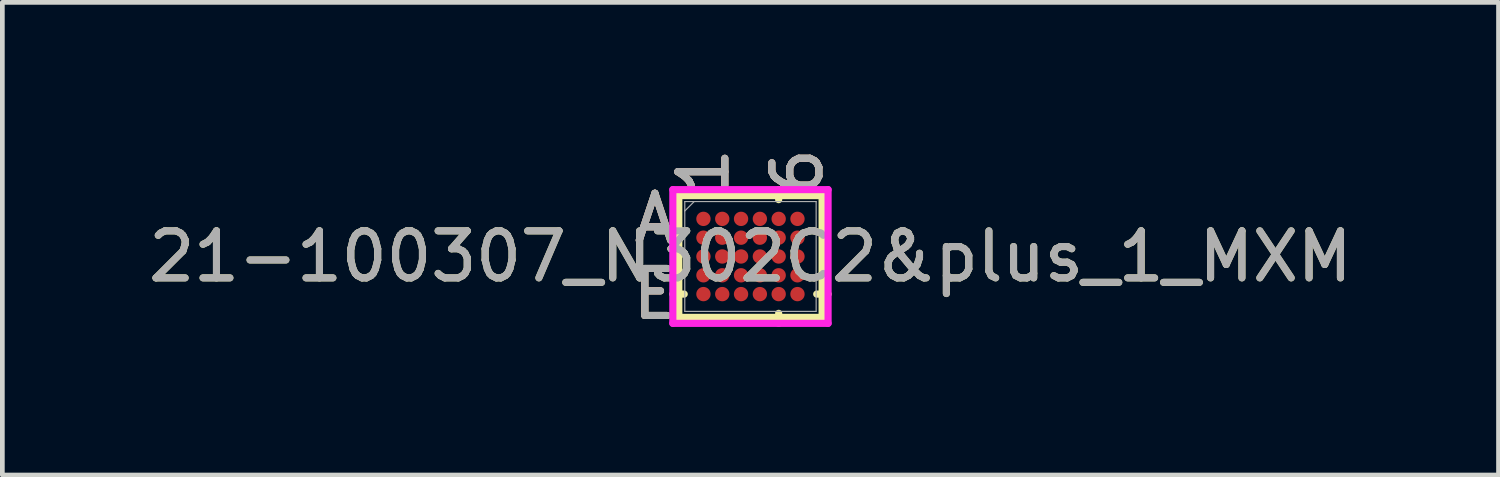
<source format=kicad_pcb>
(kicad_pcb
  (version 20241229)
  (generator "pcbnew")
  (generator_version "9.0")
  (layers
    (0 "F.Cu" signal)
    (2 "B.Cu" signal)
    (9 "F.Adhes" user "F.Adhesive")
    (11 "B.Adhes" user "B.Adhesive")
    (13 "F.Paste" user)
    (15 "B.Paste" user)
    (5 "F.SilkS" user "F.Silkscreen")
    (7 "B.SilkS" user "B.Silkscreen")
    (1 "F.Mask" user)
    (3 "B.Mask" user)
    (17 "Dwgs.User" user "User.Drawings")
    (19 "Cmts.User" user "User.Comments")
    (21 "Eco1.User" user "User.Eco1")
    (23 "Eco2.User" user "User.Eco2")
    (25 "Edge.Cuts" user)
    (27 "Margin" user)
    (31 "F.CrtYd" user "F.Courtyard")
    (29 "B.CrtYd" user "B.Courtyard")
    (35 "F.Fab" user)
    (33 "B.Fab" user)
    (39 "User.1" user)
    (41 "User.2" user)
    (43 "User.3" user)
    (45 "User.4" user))
  (footprint "21-100307_N302C2&plus_1_MXM"
    (layer "F.Cu")
    (at 12.911 2.405)
    (property "Reference" "21-100307_N302C2&plus_1_MXM" (at 0 0 0) (unlocked yes) (layer "F.SilkS") (effects (font (size 1 1) (thickness 0.15))))
    (attr smd)
    (fp_line (start -1.524 -1.295) (end -1.524 1.295) (stroke (width 0.152) (type solid)) (layer "F.SilkS"))
    (fp_line (start -1.524 1.295) (end 1.524 1.295) (stroke (width 0.152) (type solid)) (layer "F.SilkS"))
    (fp_line (start -1.409 0.8) (end -1.651 0.8) (stroke (width 0.152) (type solid)) (layer "F.SilkS"))
    (fp_line (start 0.6 -1.209) (end 0.6 -1.422) (stroke (width 0.152) (type solid)) (layer "F.SilkS"))
    (fp_line (start 0.6 1.209) (end 0.6 1.422) (stroke (width 0.152) (type solid)) (layer "F.SilkS"))
    (fp_line (start 1.409 0.8) (end 1.651 0.8) (stroke (width 0.152) (type solid)) (layer "F.SilkS"))
    (fp_line (start 1.524 -1.295) (end -1.524 -1.295) (stroke (width 0.152) (type solid)) (layer "F.SilkS"))
    (fp_line (start 1.524 1.295) (end 1.524 -1.295) (stroke (width 0.152) (type solid)) (layer "F.SilkS"))
    (fp_poly (pts (xy -1.645 -1.445) (xy 1.645 -1.445) (xy 1.645 1.445) (xy -1.645 1.445)) (stroke (width 0.1) (type solid)) (fill no) (layer "Eco2.User"))
    (fp_line (start -1.651 -1.422) (end 1.651 -1.422) (stroke (width 0.152) (type solid)) (layer "F.CrtYd"))
    (fp_line (start -1.651 1.422) (end -1.651 -1.422) (stroke (width 0.152) (type solid)) (layer "F.CrtYd"))
    (fp_line (start 1.651 -1.422) (end 1.651 1.422) (stroke (width 0.152) (type solid)) (layer "F.CrtYd"))
    (fp_line (start 1.651 1.422) (end -1.651 1.422) (stroke (width 0.152) (type solid)) (layer "F.CrtYd"))
    (fp_line (start -1.397 -1.168) (end -1.397 1.168) (stroke (width 0.025) (type solid)) (layer "F.Fab"))
    (fp_line (start -1.397 1.168) (end 1.397 1.168) (stroke (width 0.025) (type solid)) (layer "F.Fab"))
    (fp_line (start -1.197 -1.168) (end -1.397 -0.968) (stroke (width 0.025) (type solid)) (layer "F.Fab"))
    (fp_line (start 1.397 -1.168) (end -1.397 -1.168) (stroke (width 0.025) (type solid)) (layer "F.Fab"))
    (fp_line (start 1.397 1.168) (end 1.397 -1.168) (stroke (width 0.025) (type solid)) (layer "F.Fab"))
    (fp_text user "6" (at 1 -1.803 90) (unlocked yes) (layer "F.SilkS") (effects (font (size 1 1) (thickness 0.15))))
    (fp_text user "1" (at -1 -1.803 90) (unlocked yes) (layer "F.SilkS") (effects (font (size 1 1) (thickness 0.15))))
    (fp_text user "A" (at -2.032 -0.8 0) (unlocked yes) (layer "F.SilkS") (effects (font (size 1 1) (thickness 0.15))))
    (fp_text user "E" (at -2.032 0.8 0) (unlocked yes) (layer "F.SilkS") (effects (font (size 1 1) (thickness 0.15))))
    (fp_text user "1" (at -1 -1.803 90) (unlocked yes) (layer "B.SilkS") (effects (font (size 1 1) (thickness 0.15))))
    (fp_text user "A" (at -2.032 -0.8 0) (unlocked yes) (layer "B.SilkS") (effects (font (size 1 1) (thickness 0.15))))
    (fp_text user "6" (at 1 -1.803 90) (unlocked yes) (layer "B.SilkS") (effects (font (size 1 1) (thickness 0.15))))
    (fp_text user "E" (at -2.032 0.8 0) (unlocked yes) (layer "B.SilkS") (effects (font (size 1 1) (thickness 0.15))))
    (fp_text user "6" (at 1 -1.803 90) (unlocked yes) (layer "F.Fab") (effects (font (size 1 1) (thickness 0.15))))
    (fp_text user "1" (at -1 -1.803 90) (unlocked yes) (layer "F.Fab") (effects (font (size 1 1) (thickness 0.15))))
    (fp_text user "${REFERENCE}" (at 0 0 0) (unlocked yes) (layer "F.Fab") (effects (font (size 1 1) (thickness 0.15))))
    (fp_text user "A" (at -2.032 -0.8 0) (unlocked yes) (layer "F.Fab") (effects (font (size 1 1) (thickness 0.15))))
    (fp_text user "E" (at -2.032 0.8 0) (unlocked yes) (layer "F.Fab") (effects (font (size 1 1) (thickness 0.15))))
    (pad "A1" smd circle (at -1 -0.8) (size 0.305 0.305) (layers "F.Cu" "F.Mask" "F.Paste"))
    (pad "A2" smd circle (at -0.6 -0.8) (size 0.305 0.305) (layers "F.Cu" "F.Mask" "F.Paste"))
    (pad "A3" smd circle (at -0.2 -0.8) (size 0.305 0.305) (layers "F.Cu" "F.Mask" "F.Paste"))
    (pad "A4" smd circle (at 0.2 -0.8) (size 0.305 0.305) (layers "F.Cu" "F.Mask" "F.Paste"))
    (pad "A5" smd circle (at 0.6 -0.8) (size 0.305 0.305) (layers "F.Cu" "F.Mask" "F.Paste"))
    (pad "A6" smd circle (at 1 -0.8) (size 0.305 0.305) (layers "F.Cu" "F.Mask" "F.Paste"))
    (pad "B1" smd circle (at -1 -0.4) (size 0.305 0.305) (layers "F.Cu" "F.Mask" "F.Paste"))
    (pad "B2" smd circle (at -0.6 -0.4) (size 0.305 0.305) (layers "F.Cu" "F.Mask" "F.Paste"))
    (pad "B3" smd circle (at -0.2 -0.4) (size 0.305 0.305) (layers "F.Cu" "F.Mask" "F.Paste"))
    (pad "B4" smd circle (at 0.2 -0.4) (size 0.305 0.305) (layers "F.Cu" "F.Mask" "F.Paste"))
    (pad "B5" smd circle (at 0.6 -0.4) (size 0.305 0.305) (layers "F.Cu" "F.Mask" "F.Paste"))
    (pad "B6" smd circle (at 1 -0.4) (size 0.305 0.305) (layers "F.Cu" "F.Mask" "F.Paste"))
    (pad "C1" smd circle (at -1 0) (size 0.305 0.305) (layers "F.Cu" "F.Mask" "F.Paste"))
    (pad "C2" smd circle (at -0.6 0) (size 0.305 0.305) (layers "F.Cu" "F.Mask" "F.Paste"))
    (pad "C3" smd circle (at -0.2 0) (size 0.305 0.305) (layers "F.Cu" "F.Mask" "F.Paste"))
    (pad "C4" smd circle (at 0.2 0) (size 0.305 0.305) (layers "F.Cu" "F.Mask" "F.Paste"))
    (pad "C5" smd circle (at 0.6 0) (size 0.305 0.305) (layers "F.Cu" "F.Mask" "F.Paste"))
    (pad "C6" smd circle (at 1 0) (size 0.305 0.305) (layers "F.Cu" "F.Mask" "F.Paste"))
    (pad "D1" smd circle (at -1 0.4) (size 0.305 0.305) (layers "F.Cu" "F.Mask" "F.Paste"))
    (pad "D2" smd circle (at -0.6 0.4) (size 0.305 0.305) (layers "F.Cu" "F.Mask" "F.Paste"))
    (pad "D3" smd circle (at -0.2 0.4) (size 0.305 0.305) (layers "F.Cu" "F.Mask" "F.Paste"))
    (pad "D4" smd circle (at 0.2 0.4) (size 0.305 0.305) (layers "F.Cu" "F.Mask" "F.Paste"))
    (pad "D5" smd circle (at 0.6 0.4) (size 0.305 0.305) (layers "F.Cu" "F.Mask" "F.Paste"))
    (pad "D6" smd circle (at 1 0.4) (size 0.305 0.305) (layers "F.Cu" "F.Mask" "F.Paste"))
    (pad "E1" smd circle (at -1 0.8) (size 0.305 0.305) (layers "F.Cu" "F.Mask" "F.Paste"))
    (pad "E2" smd circle (at -0.6 0.8) (size 0.305 0.305) (layers "F.Cu" "F.Mask" "F.Paste"))
    (pad "E3" smd circle (at -0.2 0.8) (size 0.305 0.305) (layers "F.Cu" "F.Mask" "F.Paste"))
    (pad "E4" smd circle (at 0.2 0.8) (size 0.305 0.305) (layers "F.Cu" "F.Mask" "F.Paste"))
    (pad "E5" smd circle (at 0.6 0.8) (size 0.305 0.305) (layers "F.Cu" "F.Mask" "F.Paste"))
    (pad "E6" smd circle (at 1 0.8) (size 0.305 0.305) (layers "F.Cu" "F.Mask" "F.Paste")))
  (gr_rect
    (start -3 -3)
    (end 28.821 7.053)
    (stroke (width 0.1) (type default))
    (fill no)
    (layer "Edge.Cuts")))
</source>
